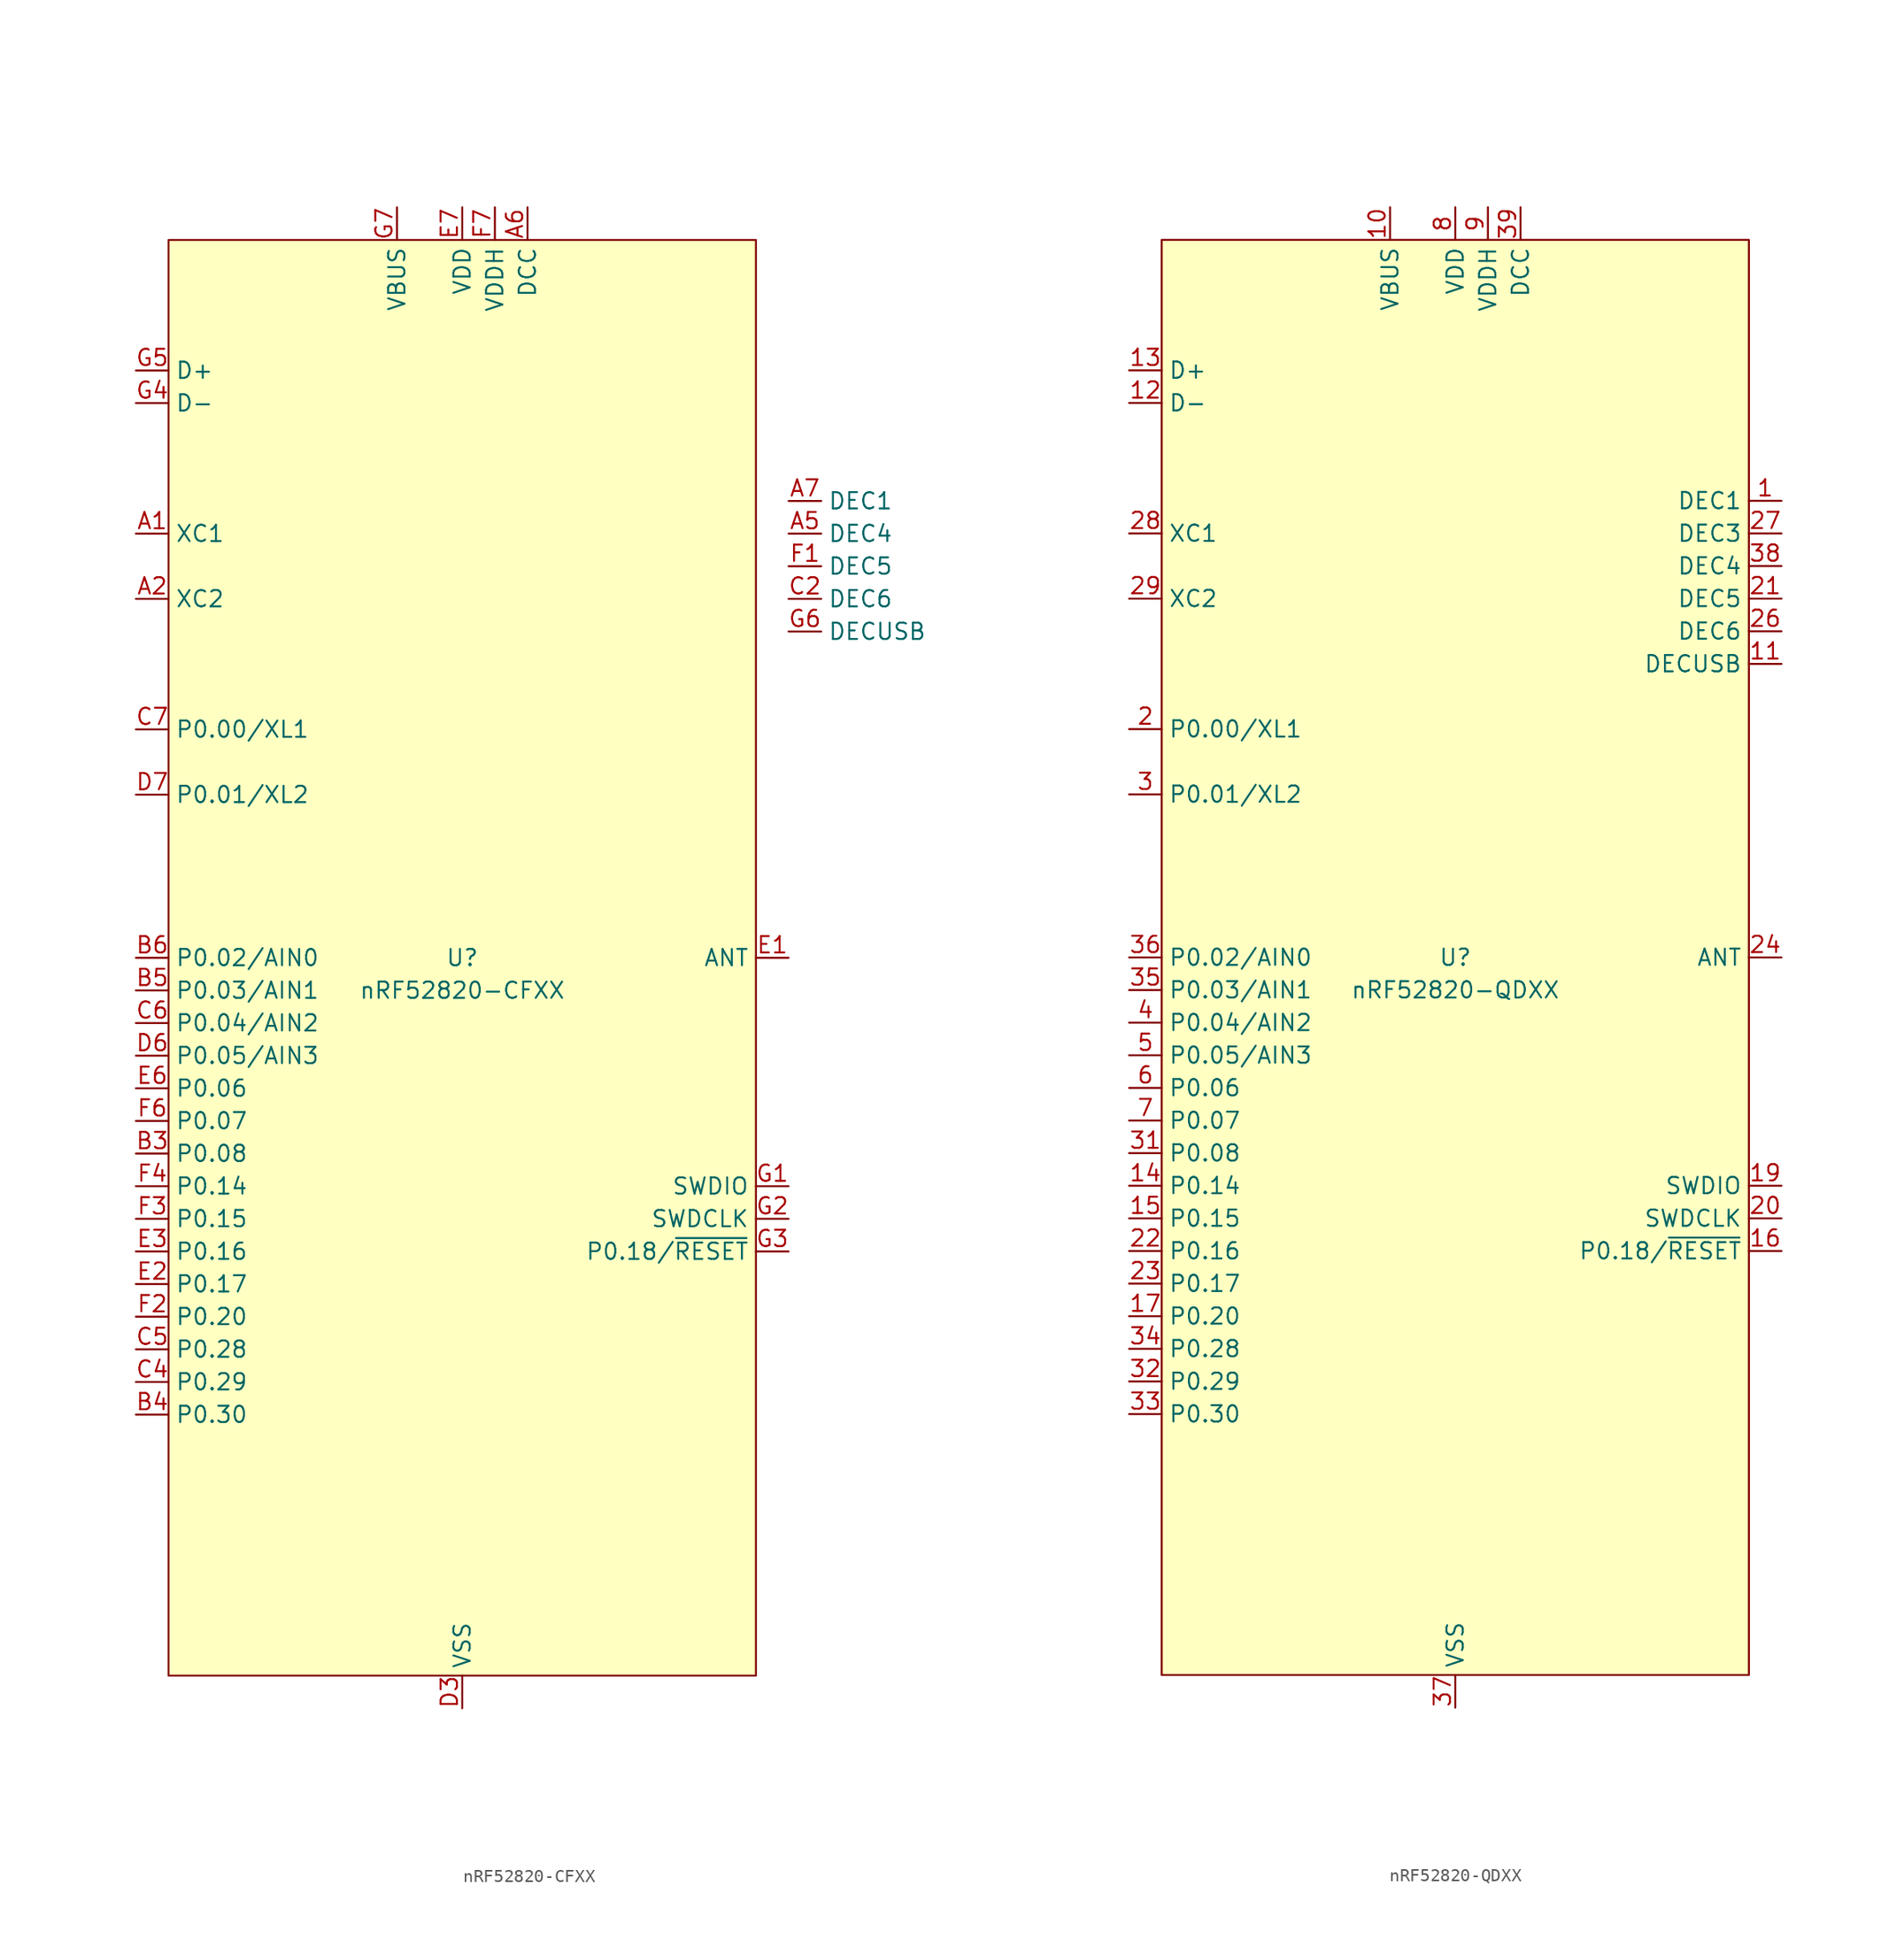
<source format=kicad_sym>
(kicad_symbol_lib
  (version 20220914)
  (generator kicad_symbol_editor)
  (symbol "nRF52820-CFXX"
    (property "Reference" "U"
      (at 0 0 0)
      (do_not_autoplace)
      (effects (font (size 1.27 1.27))))
    (property "Value" "nRF52820-CFXX"
      (at 0 -2.54 0)
      (do_not_autoplace)
      (effects (font (size 1.27 1.27))))
    (symbol "nRF52820-CFXX_0_0"
      (pin unspecified line (at -25.4 33.02 0) (length 2.54) (name "XC1" (effects (font (size 1.27 1.27)))) (number "A1" (effects (font (size 1.27 1.27)))))
      (pin unspecified line (at -25.4 27.94 0) (length 2.54) (name "XC2" (effects (font (size 1.27 1.27)))) (number "A2" (effects (font (size 1.27 1.27)))))
      (pin unspecified line (at 5.08 58.42 270) (length 2.54) (name "DCC" (effects (font (size 1.27 1.27)))) (number "A6" (effects (font (size 1.27 1.27)))))
      (pin unspecified line (at -25.4 -15.24 0) (length 2.54) (name "P0.08" (effects (font (size 1.27 1.27)))) (number "B3" (effects (font (size 1.27 1.27)))))
      (pin unspecified line (at -25.4 -35.56 0) (length 2.54) (name "P0.30" (effects (font (size 1.27 1.27)))) (number "B4" (effects (font (size 1.27 1.27)))))
      (pin unspecified line (at -25.4 -2.54 0) (length 2.54) (name "P0.03/AIN1" (effects (font (size 1.27 1.27)))) (number "B5" (effects (font (size 1.27 1.27)))))
      (pin unspecified line (at -25.4 0 0) (length 2.54) (name "P0.02/AIN0" (effects (font (size 1.27 1.27)))) (number "B6" (effects (font (size 1.27 1.27)))))
      (pin unspecified line (at -25.4 -33.02 0) (length 2.54) (name "P0.29" (effects (font (size 1.27 1.27)))) (number "C4" (effects (font (size 1.27 1.27)))))
      (pin unspecified line (at -25.4 -30.48 0) (length 2.54) (name "P0.28" (effects (font (size 1.27 1.27)))) (number "C5" (effects (font (size 1.27 1.27)))))
      (pin unspecified line (at -25.4 -5.08 0) (length 2.54) (name "P0.04/AIN2" (effects (font (size 1.27 1.27)))) (number "C6" (effects (font (size 1.27 1.27)))))
      (pin unspecified line (at -25.4 17.78 0) (length 2.54) (name "P0.00/XL1" (effects (font (size 1.27 1.27)))) (number "C7" (effects (font (size 1.27 1.27)))))
      (pin unspecified line (at 0 -58.42 90) (length 2.54) (name "VSS" (effects (font (size 1.27 1.27)))) (number "D3" (effects (font (size 1.27 1.27)))))
      (pin unspecified line (at -25.4 -7.62 0) (length 2.54) (name "P0.05/AIN3" (effects (font (size 1.27 1.27)))) (number "D6" (effects (font (size 1.27 1.27)))))
      (pin unspecified line (at -25.4 12.7 0) (length 2.54) (name "P0.01/XL2" (effects (font (size 1.27 1.27)))) (number "D7" (effects (font (size 1.27 1.27)))))
      (pin unspecified line (at 25.4 0 180) (length 2.54) (name "ANT" (effects (font (size 1.27 1.27)))) (number "E1" (effects (font (size 1.27 1.27)))))
      (pin unspecified line (at -25.4 -25.4 0) (length 2.54) (name "P0.17" (effects (font (size 1.27 1.27)))) (number "E2" (effects (font (size 1.27 1.27)))))
      (pin unspecified line (at -25.4 -22.86 0) (length 2.54) (name "P0.16" (effects (font (size 1.27 1.27)))) (number "E3" (effects (font (size 1.27 1.27)))))
      (pin unspecified line (at -25.4 -10.16 0) (length 2.54) (name "P0.06" (effects (font (size 1.27 1.27)))) (number "E6" (effects (font (size 1.27 1.27)))))
      (pin unspecified line (at 0 58.42 270) (length 2.54) (name "VDD" (effects (font (size 1.27 1.27)))) (number "E7" (effects (font (size 1.27 1.27)))))
      (pin unspecified line (at -25.4 -27.94 0) (length 2.54) (name "P0.20" (effects (font (size 1.27 1.27)))) (number "F2" (effects (font (size 1.27 1.27)))))
      (pin unspecified line (at -25.4 -20.32 0) (length 2.54) (name "P0.15" (effects (font (size 1.27 1.27)))) (number "F3" (effects (font (size 1.27 1.27)))))
      (pin unspecified line (at -25.4 -17.78 0) (length 2.54) (name "P0.14" (effects (font (size 1.27 1.27)))) (number "F4" (effects (font (size 1.27 1.27)))))
      (pin unspecified line (at -25.4 -12.7 0) (length 2.54) (name "P0.07" (effects (font (size 1.27 1.27)))) (number "F6" (effects (font (size 1.27 1.27)))))
      (pin unspecified line (at 2.54 58.42 270) (length 2.54) (name "VDDH" (effects (font (size 1.27 1.27)))) (number "F7" (effects (font (size 1.27 1.27)))))
      (pin unspecified line (at 25.4 -17.78 180) (length 2.54) (name "SWDIO" (effects (font (size 1.27 1.27)))) (number "G1" (effects (font (size 1.27 1.27)))))
      (pin unspecified line (at 25.4 -20.32 180) (length 2.54) (name "SWDCLK" (effects (font (size 1.27 1.27)))) (number "G2" (effects (font (size 1.27 1.27)))))
      (pin unspecified line (at -25.4 43.18 0) (length 2.54) (name "D-" (effects (font (size 1.27 1.27)))) (number "G4" (effects (font (size 1.27 1.27)))))
      (pin unspecified line (at -25.4 45.72 0) (length 2.54) (name "D+" (effects (font (size 1.27 1.27)))) (number "G5" (effects (font (size 1.27 1.27)))))
      (pin unspecified line (at 25.4 25.4 0) (length 2.54) (name "DECUSB" (effects (font (size 1.27 1.27)))) (number "G6" (effects (font (size 1.27 1.27)))))
      (pin unspecified line (at -5.08 58.42 270) (length 2.54) (name "VBUS" (effects (font (size 1.27 1.27)))) (number "G7" (effects (font (size 1.27 1.27))))))
    (symbol "nRF52820-CFXX_1_0"
      (pin unspecified line (at 0 58.42 270) (length 2.54) hide (name "VDD" (effects (font (size 1.27 1.27)))) (number "A3" (effects (font (size 1.27 1.27)))))
      (pin unspecified line (at 0 -58.42 90) (length 2.54) hide (name "VSS" (effects (font (size 1.27 1.27)))) (number "A4" (effects (font (size 1.27 1.27)))))
      (pin unspecified line (at 25.4 33.02 0) (length 2.54) (name "DEC4" (effects (font (size 1.27 1.27)))) (number "A5" (effects (font (size 1.27 1.27)))))
      (pin unspecified line (at 25.4 35.56 0) (length 2.54) (name "DEC1" (effects (font (size 1.27 1.27)))) (number "A7" (effects (font (size 1.27 1.27)))))
      (pin unspecified line (at 0 58.42 270) (length 2.54) hide (name "VDD" (effects (font (size 1.27 1.27)))) (number "B7" (effects (font (size 1.27 1.27)))))
      (pin unspecified line (at 0 -58.42 90) (length 2.54) hide (name "VSS_PA" (effects (font (size 1.27 1.27)))) (number "C1" (effects (font (size 1.27 1.27)))))
      (pin unspecified line (at 25.4 27.94 0) (length 2.54) (name "DEC6" (effects (font (size 1.27 1.27)))) (number "C2" (effects (font (size 1.27 1.27)))))
      (pin unspecified line (at 0 -58.42 90) (length 2.54) hide (name "VSS" (effects (font (size 1.27 1.27)))) (number "D4" (effects (font (size 1.27 1.27)))))
      (pin unspecified line (at 0 -58.42 90) (length 2.54) hide (name "VSS" (effects (font (size 1.27 1.27)))) (number "D5" (effects (font (size 1.27 1.27)))))
      (pin unspecified line (at 0 -58.42 90) (length 2.54) hide (name "VSS" (effects (font (size 1.27 1.27)))) (number "E4" (effects (font (size 1.27 1.27)))))
      (pin unspecified line (at 0 -58.42 90) (length 2.54) hide (name "VSS" (effects (font (size 1.27 1.27)))) (number "E5" (effects (font (size 1.27 1.27)))))
      (pin unspecified line (at 25.4 30.48 0) (length 2.54) (name "DEC5" (effects (font (size 1.27 1.27)))) (number "F1" (effects (font (size 1.27 1.27)))))
      (pin unspecified line (at 0 -58.42 90) (length 2.54) hide (name "VSS" (effects (font (size 1.27 1.27)))) (number "F5" (effects (font (size 1.27 1.27)))))
      (pin unspecified line (at 25.4 -22.86 180) (length 2.54) (name "P0.18/~{RESET}" (effects (font (size 1.27 1.27)))) (number "G3" (effects (font (size 1.27 1.27))))))
    (symbol "nRF52820-CFXX_1_1"
      (rectangle (start -22.86 55.88) (end 22.86 -55.88) (stroke (width 0) (type default)) (fill (type background)))))
  (symbol "nRF52820-QDXX"
    (property "Reference" "U"
      (at 0 0 0)
      (effects (font (size 1.27 1.27))))
    (property "Value" "nRF52820-QDXX"
      (at 0 -2.54 0)
      (effects (font (size 1.27 1.27))))
    (symbol "nRF52820-QDXX_0_0"
      (pin unspecified line (at -5.08 58.42 270) (length 2.54) (name "VBUS" (effects (font (size 1.27 1.27)))) (number "10" (effects (font (size 1.27 1.27)))))
      (pin unspecified line (at 25.4 22.86 180) (length 2.54) (name "DECUSB" (effects (font (size 1.27 1.27)))) (number "11" (effects (font (size 1.27 1.27)))))
      (pin unspecified line (at -25.4 43.18 0) (length 2.54) (name "D-" (effects (font (size 1.27 1.27)))) (number "12" (effects (font (size 1.27 1.27)))))
      (pin unspecified line (at -25.4 45.72 0) (length 2.54) (name "D+" (effects (font (size 1.27 1.27)))) (number "13" (effects (font (size 1.27 1.27)))))
      (pin unspecified line (at -25.4 -17.78 0) (length 2.54) (name "P0.14" (effects (font (size 1.27 1.27)))) (number "14" (effects (font (size 1.27 1.27)))))
      (pin unspecified line (at -25.4 -20.32 0) (length 2.54) (name "P0.15" (effects (font (size 1.27 1.27)))) (number "15" (effects (font (size 1.27 1.27)))))
      (pin unspecified line (at -25.4 -27.94 0) (length 2.54) (name "P0.20" (effects (font (size 1.27 1.27)))) (number "17" (effects (font (size 1.27 1.27)))))
      (pin unspecified line (at 25.4 -17.78 180) (length 2.54) (name "SWDIO" (effects (font (size 1.27 1.27)))) (number "19" (effects (font (size 1.27 1.27)))))
      (pin unspecified line (at -25.4 17.78 0) (length 2.54) (name "P0.00/XL1" (effects (font (size 1.27 1.27)))) (number "2" (effects (font (size 1.27 1.27)))))
      (pin unspecified line (at 25.4 -20.32 180) (length 2.54) (name "SWDCLK" (effects (font (size 1.27 1.27)))) (number "20" (effects (font (size 1.27 1.27)))))
      (pin unspecified line (at -25.4 -22.86 0) (length 2.54) (name "P0.16" (effects (font (size 1.27 1.27)))) (number "22" (effects (font (size 1.27 1.27)))))
      (pin unspecified line (at -25.4 -25.4 0) (length 2.54) (name "P0.17" (effects (font (size 1.27 1.27)))) (number "23" (effects (font (size 1.27 1.27)))))
      (pin unspecified line (at 25.4 0 180) (length 2.54) (name "ANT" (effects (font (size 1.27 1.27)))) (number "24" (effects (font (size 1.27 1.27)))))
      (pin unspecified line (at -25.4 33.02 0) (length 2.54) (name "XC1" (effects (font (size 1.27 1.27)))) (number "28" (effects (font (size 1.27 1.27)))))
      (pin unspecified line (at -25.4 27.94 0) (length 2.54) (name "XC2" (effects (font (size 1.27 1.27)))) (number "29" (effects (font (size 1.27 1.27)))))
      (pin unspecified line (at -25.4 12.7 0) (length 2.54) (name "P0.01/XL2" (effects (font (size 1.27 1.27)))) (number "3" (effects (font (size 1.27 1.27)))))
      (pin unspecified line (at -25.4 -15.24 0) (length 2.54) (name "P0.08" (effects (font (size 1.27 1.27)))) (number "31" (effects (font (size 1.27 1.27)))))
      (pin unspecified line (at -25.4 -33.02 0) (length 2.54) (name "P0.29" (effects (font (size 1.27 1.27)))) (number "32" (effects (font (size 1.27 1.27)))))
      (pin unspecified line (at -25.4 -35.56 0) (length 2.54) (name "P0.30" (effects (font (size 1.27 1.27)))) (number "33" (effects (font (size 1.27 1.27)))))
      (pin unspecified line (at -25.4 -30.48 0) (length 2.54) (name "P0.28" (effects (font (size 1.27 1.27)))) (number "34" (effects (font (size 1.27 1.27)))))
      (pin unspecified line (at -25.4 -2.54 0) (length 2.54) (name "P0.03/AIN1" (effects (font (size 1.27 1.27)))) (number "35" (effects (font (size 1.27 1.27)))))
      (pin unspecified line (at -25.4 0 0) (length 2.54) (name "P0.02/AIN0" (effects (font (size 1.27 1.27)))) (number "36" (effects (font (size 1.27 1.27)))))
      (pin unspecified line (at 0 -58.42 90) (length 2.54) (name "VSS" (effects (font (size 1.27 1.27)))) (number "37" (effects (font (size 1.27 1.27)))))
      (pin unspecified line (at 5.08 58.42 270) (length 2.54) (name "DCC" (effects (font (size 1.27 1.27)))) (number "39" (effects (font (size 1.27 1.27)))))
      (pin unspecified line (at -25.4 -5.08 0) (length 2.54) (name "P0.04/AIN2" (effects (font (size 1.27 1.27)))) (number "4" (effects (font (size 1.27 1.27)))))
      (pin unspecified line (at -25.4 -7.62 0) (length 2.54) (name "P0.05/AIN3" (effects (font (size 1.27 1.27)))) (number "5" (effects (font (size 1.27 1.27)))))
      (pin unspecified line (at -25.4 -10.16 0) (length 2.54) (name "P0.06" (effects (font (size 1.27 1.27)))) (number "6" (effects (font (size 1.27 1.27)))))
      (pin unspecified line (at -25.4 -12.7 0) (length 2.54) (name "P0.07" (effects (font (size 1.27 1.27)))) (number "7" (effects (font (size 1.27 1.27)))))
      (pin unspecified line (at 0 58.42 270) (length 2.54) (name "VDD" (effects (font (size 1.27 1.27)))) (number "8" (effects (font (size 1.27 1.27)))))
      (pin unspecified line (at 2.54 58.42 270) (length 2.54) (name "VDDH" (effects (font (size 1.27 1.27)))) (number "9" (effects (font (size 1.27 1.27))))))
    (symbol "nRF52820-QDXX_1_0"
      (pin unspecified line (at 25.4 35.56 180) (length 2.54) (name "DEC1" (effects (font (size 1.27 1.27)))) (number "1" (effects (font (size 1.27 1.27)))))
      (pin unspecified line (at 25.4 -22.86 180) (length 2.54) (name "P0.18/~{RESET}" (effects (font (size 1.27 1.27)))) (number "16" (effects (font (size 1.27 1.27)))))
      (pin unspecified line (at 0 58.42 270) (length 2.54) hide (name "VDD" (effects (font (size 1.27 1.27)))) (number "18" (effects (font (size 1.27 1.27)))))
      (pin unspecified line (at 25.4 27.94 180) (length 2.54) (name "DEC5" (effects (font (size 1.27 1.27)))) (number "21" (effects (font (size 1.27 1.27)))))
      (pin unspecified line (at 0 -58.42 90) (length 2.54) hide (name "VSS_PA" (effects (font (size 1.27 1.27)))) (number "25" (effects (font (size 1.27 1.27)))))
      (pin unspecified line (at 25.4 25.4 180) (length 2.54) (name "DEC6" (effects (font (size 1.27 1.27)))) (number "26" (effects (font (size 1.27 1.27)))))
      (pin unspecified line (at 25.4 33.02 180) (length 2.54) (name "DEC3" (effects (font (size 1.27 1.27)))) (number "27" (effects (font (size 1.27 1.27)))))
      (pin unspecified line (at 0 58.42 270) (length 2.54) hide (name "VDD" (effects (font (size 1.27 1.27)))) (number "30" (effects (font (size 1.27 1.27)))))
      (pin unspecified line (at 25.4 30.48 180) (length 2.54) (name "DEC4" (effects (font (size 1.27 1.27)))) (number "38" (effects (font (size 1.27 1.27)))))
      (pin unspecified line (at 0 58.42 270) (length 2.54) hide (name "VDD" (effects (font (size 1.27 1.27)))) (number "40" (effects (font (size 1.27 1.27)))))
      (pin unspecified line (at 0 -58.42 90) (length 2.54) hide (name "VSS" (effects (font (size 1.27 1.27)))) (number "EP" (effects (font (size 1.27 1.27))))))
    (symbol "nRF52820-QDXX_1_1"
      (rectangle (start -22.86 55.88) (end 22.86 -55.88) (stroke (width 0) (type default)) (fill (type background))))))
</source>
